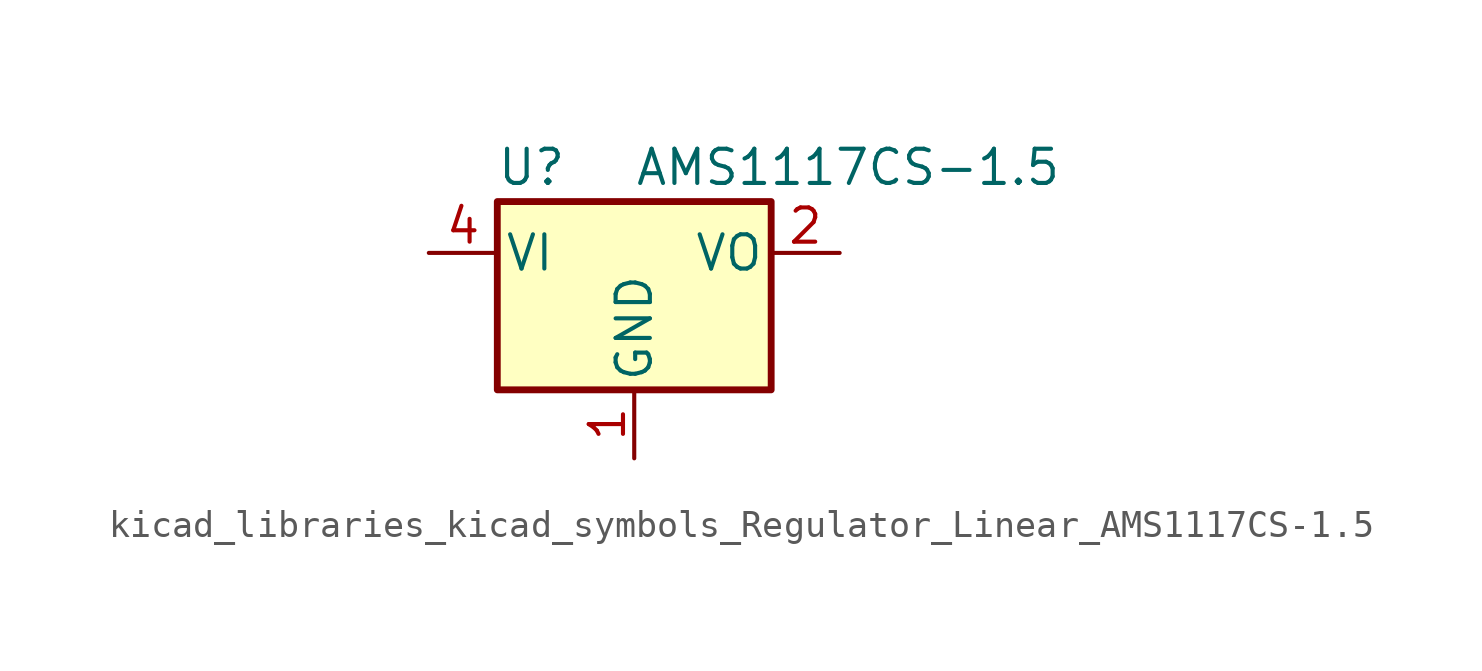
<source format=kicad_sym>
(kicad_symbol_lib
  (version 20220914)
  (generator kicad_symbol_editor)
  (symbol "kicad_libraries_kicad_symbols_Regulator_Linear_AMS1117CS-1.5"
    (pin_names
      (offset 0.254))
    (property "Reference" "U"
      (at -3.81 3.175 0)
      (effects (font (size 1.27 1.27))))
    (property "Value" "AMS1117CS-1.5"
      (at 0 3.175 0)
      (effects (font (size 1.27 1.27)) (justify left)))
    (symbol "kicad_libraries_kicad_symbols_Regulator_Linear_AMS1117CS-1.5_0_1"
      (rectangle (start -5.08 -5.08) (end 5.08 1.905) (stroke (width 0.254) (type default)) (fill (type background))))
    (symbol "kicad_libraries_kicad_symbols_Regulator_Linear_AMS1117CS-1.5_1_1"
      (pin power_in line (at 0 -7.62 90) (length 2.54) (name "GND" (effects (font (size 1.27 1.27)))) (number "1" (effects (font (size 1.27 1.27)))))
      (pin power_out line (at 7.62 0 180) (length 2.54) (name "VO" (effects (font (size 1.27 1.27)))) (number "2" (effects (font (size 1.27 1.27)))))
      (pin passive line (at 7.62 0 180) (length 2.54) hide (name "VO" (effects (font (size 1.27 1.27)))) (number "3" (effects (font (size 1.27 1.27)))))
      (pin power_in line (at -7.62 0 0) (length 2.54) (name "VI" (effects (font (size 1.27 1.27)))) (number "4" (effects (font (size 1.27 1.27)))))
      (pin no_connect line (at -2.54 -2.54 180) (length 2.54) hide (name "NC" (effects (font (size 1.27 1.27)))) (number "5" (effects (font (size 1.27 1.27)))))
      (pin passive line (at 7.62 0 180) (length 2.54) hide (name "VO" (effects (font (size 1.27 1.27)))) (number "6" (effects (font (size 1.27 1.27)))))
      (pin passive line (at 7.62 0 180) (length 2.54) hide (name "VO" (effects (font (size 1.27 1.27)))) (number "7" (effects (font (size 1.27 1.27)))))
      (pin no_connect line (at 2.54 -2.54 0) (length 2.54) hide (name "NC" (effects (font (size 1.27 1.27)))) (number "8" (effects (font (size 1.27 1.27))))))))
</source>
